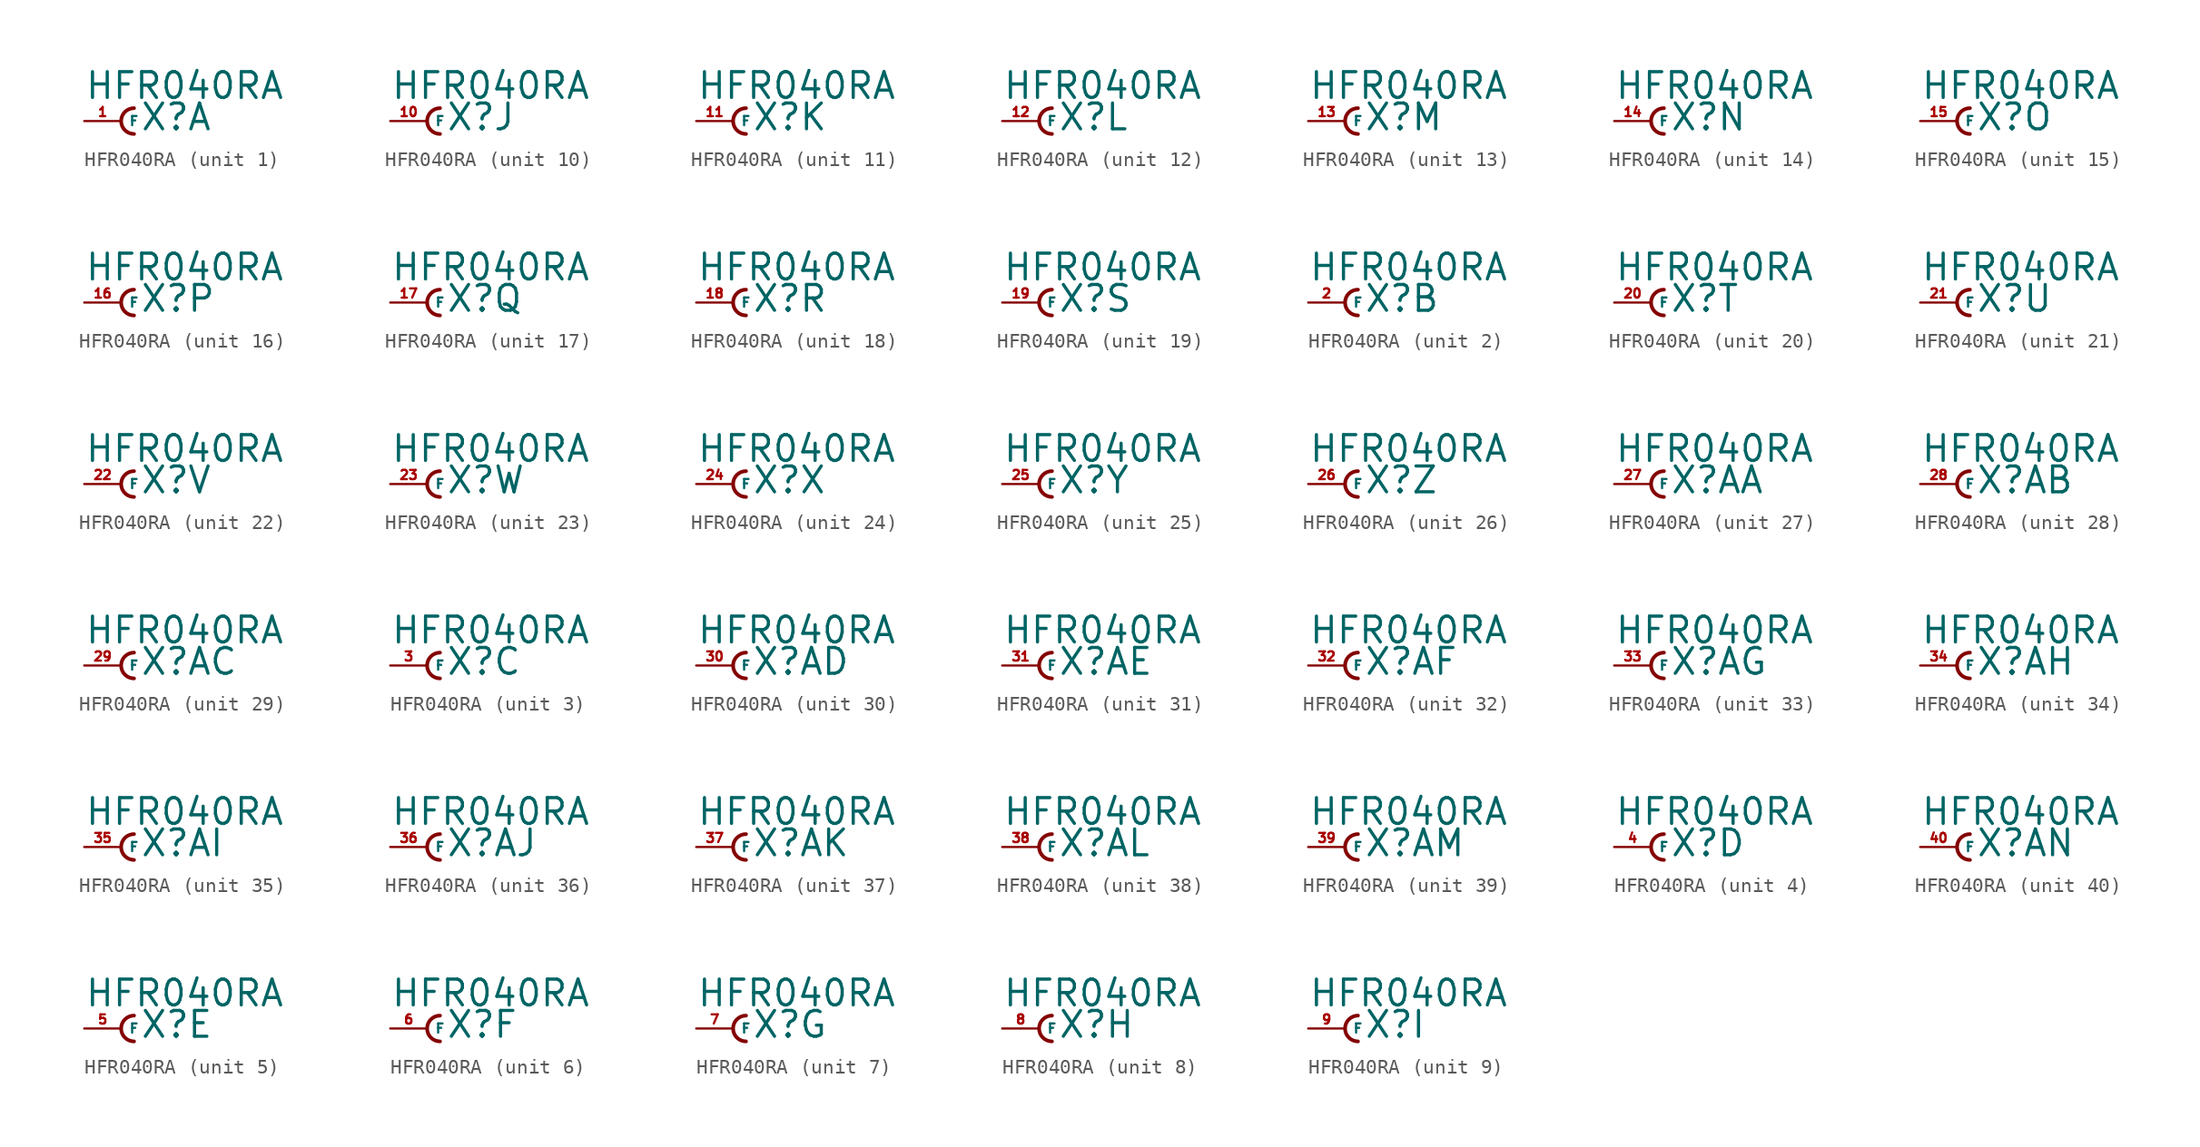
<source format=kicad_sym>
(kicad_symbol_lib
  (version 20220914)
  (generator Eagle2Kicad)
  (symbol "HFR040RA"
    (property "Reference" "X"
      (at 1.27 -0.762 0)
      (effects (font (size 1.778 1.778) (thickness 0.22)) (justify left bottom)))
    (property "Value" "HFR040RA"
      (at -2.54 1.397 0)
      (effects (font (size 1.778 1.778) (thickness 0.22)) (justify left bottom)))
    (symbol "HFR040RA_1_0"
      (arc (start 0.889 0.889) (mid 0.000 0.000) (end 0.889 -0.889) (stroke (width 0.254) (type default)) (fill (type none)))
      (pin passive line (at -2.54 0 0) (length 2.54) (name "F" (effects (font (size 0.635 0.635) (thickness 0.08)) (justify left bottom))) (number "1" (effects (font (size 0.635 0.635) (thickness 0.08)) (justify left bottom)))))
    (symbol "HFR040RA_2_0"
      (arc (start 0.889 0.889) (mid 0.000 0.000) (end 0.889 -0.889) (stroke (width 0.254) (type default)) (fill (type none)))
      (pin passive line (at -2.54 0 0) (length 2.54) (name "F" (effects (font (size 0.635 0.635) (thickness 0.08)) (justify left bottom))) (number "2" (effects (font (size 0.635 0.635) (thickness 0.08)) (justify left bottom)))))
    (symbol "HFR040RA_3_0"
      (arc (start 0.889 0.889) (mid 0.000 0.000) (end 0.889 -0.889) (stroke (width 0.254) (type default)) (fill (type none)))
      (pin passive line (at -2.54 0 0) (length 2.54) (name "F" (effects (font (size 0.635 0.635) (thickness 0.08)) (justify left bottom))) (number "3" (effects (font (size 0.635 0.635) (thickness 0.08)) (justify left bottom)))))
    (symbol "HFR040RA_4_0"
      (arc (start 0.889 0.889) (mid 0.000 0.000) (end 0.889 -0.889) (stroke (width 0.254) (type default)) (fill (type none)))
      (pin passive line (at -2.54 0 0) (length 2.54) (name "F" (effects (font (size 0.635 0.635) (thickness 0.08)) (justify left bottom))) (number "4" (effects (font (size 0.635 0.635) (thickness 0.08)) (justify left bottom)))))
    (symbol "HFR040RA_5_0"
      (arc (start 0.889 0.889) (mid 0.000 0.000) (end 0.889 -0.889) (stroke (width 0.254) (type default)) (fill (type none)))
      (pin passive line (at -2.54 0 0) (length 2.54) (name "F" (effects (font (size 0.635 0.635) (thickness 0.08)) (justify left bottom))) (number "5" (effects (font (size 0.635 0.635) (thickness 0.08)) (justify left bottom)))))
    (symbol "HFR040RA_6_0"
      (arc (start 0.889 0.889) (mid 0.000 0.000) (end 0.889 -0.889) (stroke (width 0.254) (type default)) (fill (type none)))
      (pin passive line (at -2.54 0 0) (length 2.54) (name "F" (effects (font (size 0.635 0.635) (thickness 0.08)) (justify left bottom))) (number "6" (effects (font (size 0.635 0.635) (thickness 0.08)) (justify left bottom)))))
    (symbol "HFR040RA_7_0"
      (arc (start 0.889 0.889) (mid 0.000 0.000) (end 0.889 -0.889) (stroke (width 0.254) (type default)) (fill (type none)))
      (pin passive line (at -2.54 0 0) (length 2.54) (name "F" (effects (font (size 0.635 0.635) (thickness 0.08)) (justify left bottom))) (number "7" (effects (font (size 0.635 0.635) (thickness 0.08)) (justify left bottom)))))
    (symbol "HFR040RA_8_0"
      (arc (start 0.889 0.889) (mid 0.000 0.000) (end 0.889 -0.889) (stroke (width 0.254) (type default)) (fill (type none)))
      (pin passive line (at -2.54 0 0) (length 2.54) (name "F" (effects (font (size 0.635 0.635) (thickness 0.08)) (justify left bottom))) (number "8" (effects (font (size 0.635 0.635) (thickness 0.08)) (justify left bottom)))))
    (symbol "HFR040RA_9_0"
      (arc (start 0.889 0.889) (mid 0.000 0.000) (end 0.889 -0.889) (stroke (width 0.254) (type default)) (fill (type none)))
      (pin passive line (at -2.54 0 0) (length 2.54) (name "F" (effects (font (size 0.635 0.635) (thickness 0.08)) (justify left bottom))) (number "9" (effects (font (size 0.635 0.635) (thickness 0.08)) (justify left bottom)))))
    (symbol "HFR040RA_10_0"
      (arc (start 0.889 0.889) (mid 0.000 0.000) (end 0.889 -0.889) (stroke (width 0.254) (type default)) (fill (type none)))
      (pin passive line (at -2.54 0 0) (length 2.54) (name "F" (effects (font (size 0.635 0.635) (thickness 0.08)) (justify left bottom))) (number "10" (effects (font (size 0.635 0.635) (thickness 0.08)) (justify left bottom)))))
    (symbol "HFR040RA_11_0"
      (arc (start 0.889 0.889) (mid 0.000 0.000) (end 0.889 -0.889) (stroke (width 0.254) (type default)) (fill (type none)))
      (pin passive line (at -2.54 0 0) (length 2.54) (name "F" (effects (font (size 0.635 0.635) (thickness 0.08)) (justify left bottom))) (number "11" (effects (font (size 0.635 0.635) (thickness 0.08)) (justify left bottom)))))
    (symbol "HFR040RA_12_0"
      (arc (start 0.889 0.889) (mid 0.000 0.000) (end 0.889 -0.889) (stroke (width 0.254) (type default)) (fill (type none)))
      (pin passive line (at -2.54 0 0) (length 2.54) (name "F" (effects (font (size 0.635 0.635) (thickness 0.08)) (justify left bottom))) (number "12" (effects (font (size 0.635 0.635) (thickness 0.08)) (justify left bottom)))))
    (symbol "HFR040RA_13_0"
      (arc (start 0.889 0.889) (mid 0.000 0.000) (end 0.889 -0.889) (stroke (width 0.254) (type default)) (fill (type none)))
      (pin passive line (at -2.54 0 0) (length 2.54) (name "F" (effects (font (size 0.635 0.635) (thickness 0.08)) (justify left bottom))) (number "13" (effects (font (size 0.635 0.635) (thickness 0.08)) (justify left bottom)))))
    (symbol "HFR040RA_14_0"
      (arc (start 0.889 0.889) (mid 0.000 0.000) (end 0.889 -0.889) (stroke (width 0.254) (type default)) (fill (type none)))
      (pin passive line (at -2.54 0 0) (length 2.54) (name "F" (effects (font (size 0.635 0.635) (thickness 0.08)) (justify left bottom))) (number "14" (effects (font (size 0.635 0.635) (thickness 0.08)) (justify left bottom)))))
    (symbol "HFR040RA_15_0"
      (arc (start 0.889 0.889) (mid 0.000 0.000) (end 0.889 -0.889) (stroke (width 0.254) (type default)) (fill (type none)))
      (pin passive line (at -2.54 0 0) (length 2.54) (name "F" (effects (font (size 0.635 0.635) (thickness 0.08)) (justify left bottom))) (number "15" (effects (font (size 0.635 0.635) (thickness 0.08)) (justify left bottom)))))
    (symbol "HFR040RA_16_0"
      (arc (start 0.889 0.889) (mid 0.000 0.000) (end 0.889 -0.889) (stroke (width 0.254) (type default)) (fill (type none)))
      (pin passive line (at -2.54 0 0) (length 2.54) (name "F" (effects (font (size 0.635 0.635) (thickness 0.08)) (justify left bottom))) (number "16" (effects (font (size 0.635 0.635) (thickness 0.08)) (justify left bottom)))))
    (symbol "HFR040RA_17_0"
      (arc (start 0.889 0.889) (mid 0.000 0.000) (end 0.889 -0.889) (stroke (width 0.254) (type default)) (fill (type none)))
      (pin passive line (at -2.54 0 0) (length 2.54) (name "F" (effects (font (size 0.635 0.635) (thickness 0.08)) (justify left bottom))) (number "17" (effects (font (size 0.635 0.635) (thickness 0.08)) (justify left bottom)))))
    (symbol "HFR040RA_18_0"
      (arc (start 0.889 0.889) (mid 0.000 0.000) (end 0.889 -0.889) (stroke (width 0.254) (type default)) (fill (type none)))
      (pin passive line (at -2.54 0 0) (length 2.54) (name "F" (effects (font (size 0.635 0.635) (thickness 0.08)) (justify left bottom))) (number "18" (effects (font (size 0.635 0.635) (thickness 0.08)) (justify left bottom)))))
    (symbol "HFR040RA_19_0"
      (arc (start 0.889 0.889) (mid 0.000 0.000) (end 0.889 -0.889) (stroke (width 0.254) (type default)) (fill (type none)))
      (pin passive line (at -2.54 0 0) (length 2.54) (name "F" (effects (font (size 0.635 0.635) (thickness 0.08)) (justify left bottom))) (number "19" (effects (font (size 0.635 0.635) (thickness 0.08)) (justify left bottom)))))
    (symbol "HFR040RA_20_0"
      (arc (start 0.889 0.889) (mid 0.000 0.000) (end 0.889 -0.889) (stroke (width 0.254) (type default)) (fill (type none)))
      (pin passive line (at -2.54 0 0) (length 2.54) (name "F" (effects (font (size 0.635 0.635) (thickness 0.08)) (justify left bottom))) (number "20" (effects (font (size 0.635 0.635) (thickness 0.08)) (justify left bottom)))))
    (symbol "HFR040RA_21_0"
      (arc (start 0.889 0.889) (mid 0.000 0.000) (end 0.889 -0.889) (stroke (width 0.254) (type default)) (fill (type none)))
      (pin passive line (at -2.54 0 0) (length 2.54) (name "F" (effects (font (size 0.635 0.635) (thickness 0.08)) (justify left bottom))) (number "21" (effects (font (size 0.635 0.635) (thickness 0.08)) (justify left bottom)))))
    (symbol "HFR040RA_22_0"
      (arc (start 0.889 0.889) (mid 0.000 0.000) (end 0.889 -0.889) (stroke (width 0.254) (type default)) (fill (type none)))
      (pin passive line (at -2.54 0 0) (length 2.54) (name "F" (effects (font (size 0.635 0.635) (thickness 0.08)) (justify left bottom))) (number "22" (effects (font (size 0.635 0.635) (thickness 0.08)) (justify left bottom)))))
    (symbol "HFR040RA_23_0"
      (arc (start 0.889 0.889) (mid 0.000 0.000) (end 0.889 -0.889) (stroke (width 0.254) (type default)) (fill (type none)))
      (pin passive line (at -2.54 0 0) (length 2.54) (name "F" (effects (font (size 0.635 0.635) (thickness 0.08)) (justify left bottom))) (number "23" (effects (font (size 0.635 0.635) (thickness 0.08)) (justify left bottom)))))
    (symbol "HFR040RA_24_0"
      (arc (start 0.889 0.889) (mid 0.000 0.000) (end 0.889 -0.889) (stroke (width 0.254) (type default)) (fill (type none)))
      (pin passive line (at -2.54 0 0) (length 2.54) (name "F" (effects (font (size 0.635 0.635) (thickness 0.08)) (justify left bottom))) (number "24" (effects (font (size 0.635 0.635) (thickness 0.08)) (justify left bottom)))))
    (symbol "HFR040RA_25_0"
      (arc (start 0.889 0.889) (mid 0.000 0.000) (end 0.889 -0.889) (stroke (width 0.254) (type default)) (fill (type none)))
      (pin passive line (at -2.54 0 0) (length 2.54) (name "F" (effects (font (size 0.635 0.635) (thickness 0.08)) (justify left bottom))) (number "25" (effects (font (size 0.635 0.635) (thickness 0.08)) (justify left bottom)))))
    (symbol "HFR040RA_26_0"
      (arc (start 0.889 0.889) (mid 0.000 0.000) (end 0.889 -0.889) (stroke (width 0.254) (type default)) (fill (type none)))
      (pin passive line (at -2.54 0 0) (length 2.54) (name "F" (effects (font (size 0.635 0.635) (thickness 0.08)) (justify left bottom))) (number "26" (effects (font (size 0.635 0.635) (thickness 0.08)) (justify left bottom)))))
    (symbol "HFR040RA_27_0"
      (arc (start 0.889 0.889) (mid 0.000 0.000) (end 0.889 -0.889) (stroke (width 0.254) (type default)) (fill (type none)))
      (pin passive line (at -2.54 0 0) (length 2.54) (name "F" (effects (font (size 0.635 0.635) (thickness 0.08)) (justify left bottom))) (number "27" (effects (font (size 0.635 0.635) (thickness 0.08)) (justify left bottom)))))
    (symbol "HFR040RA_28_0"
      (arc (start 0.889 0.889) (mid 0.000 0.000) (end 0.889 -0.889) (stroke (width 0.254) (type default)) (fill (type none)))
      (pin passive line (at -2.54 0 0) (length 2.54) (name "F" (effects (font (size 0.635 0.635) (thickness 0.08)) (justify left bottom))) (number "28" (effects (font (size 0.635 0.635) (thickness 0.08)) (justify left bottom)))))
    (symbol "HFR040RA_29_0"
      (arc (start 0.889 0.889) (mid 0.000 0.000) (end 0.889 -0.889) (stroke (width 0.254) (type default)) (fill (type none)))
      (pin passive line (at -2.54 0 0) (length 2.54) (name "F" (effects (font (size 0.635 0.635) (thickness 0.08)) (justify left bottom))) (number "29" (effects (font (size 0.635 0.635) (thickness 0.08)) (justify left bottom)))))
    (symbol "HFR040RA_30_0"
      (arc (start 0.889 0.889) (mid 0.000 0.000) (end 0.889 -0.889) (stroke (width 0.254) (type default)) (fill (type none)))
      (pin passive line (at -2.54 0 0) (length 2.54) (name "F" (effects (font (size 0.635 0.635) (thickness 0.08)) (justify left bottom))) (number "30" (effects (font (size 0.635 0.635) (thickness 0.08)) (justify left bottom)))))
    (symbol "HFR040RA_31_0"
      (arc (start 0.889 0.889) (mid 0.000 0.000) (end 0.889 -0.889) (stroke (width 0.254) (type default)) (fill (type none)))
      (pin passive line (at -2.54 0 0) (length 2.54) (name "F" (effects (font (size 0.635 0.635) (thickness 0.08)) (justify left bottom))) (number "31" (effects (font (size 0.635 0.635) (thickness 0.08)) (justify left bottom)))))
    (symbol "HFR040RA_32_0"
      (arc (start 0.889 0.889) (mid 0.000 0.000) (end 0.889 -0.889) (stroke (width 0.254) (type default)) (fill (type none)))
      (pin passive line (at -2.54 0 0) (length 2.54) (name "F" (effects (font (size 0.635 0.635) (thickness 0.08)) (justify left bottom))) (number "32" (effects (font (size 0.635 0.635) (thickness 0.08)) (justify left bottom)))))
    (symbol "HFR040RA_33_0"
      (arc (start 0.889 0.889) (mid 0.000 0.000) (end 0.889 -0.889) (stroke (width 0.254) (type default)) (fill (type none)))
      (pin passive line (at -2.54 0 0) (length 2.54) (name "F" (effects (font (size 0.635 0.635) (thickness 0.08)) (justify left bottom))) (number "33" (effects (font (size 0.635 0.635) (thickness 0.08)) (justify left bottom)))))
    (symbol "HFR040RA_34_0"
      (arc (start 0.889 0.889) (mid 0.000 0.000) (end 0.889 -0.889) (stroke (width 0.254) (type default)) (fill (type none)))
      (pin passive line (at -2.54 0 0) (length 2.54) (name "F" (effects (font (size 0.635 0.635) (thickness 0.08)) (justify left bottom))) (number "34" (effects (font (size 0.635 0.635) (thickness 0.08)) (justify left bottom)))))
    (symbol "HFR040RA_35_0"
      (arc (start 0.889 0.889) (mid 0.000 0.000) (end 0.889 -0.889) (stroke (width 0.254) (type default)) (fill (type none)))
      (pin passive line (at -2.54 0 0) (length 2.54) (name "F" (effects (font (size 0.635 0.635) (thickness 0.08)) (justify left bottom))) (number "35" (effects (font (size 0.635 0.635) (thickness 0.08)) (justify left bottom)))))
    (symbol "HFR040RA_36_0"
      (arc (start 0.889 0.889) (mid 0.000 0.000) (end 0.889 -0.889) (stroke (width 0.254) (type default)) (fill (type none)))
      (pin passive line (at -2.54 0 0) (length 2.54) (name "F" (effects (font (size 0.635 0.635) (thickness 0.08)) (justify left bottom))) (number "36" (effects (font (size 0.635 0.635) (thickness 0.08)) (justify left bottom)))))
    (symbol "HFR040RA_37_0"
      (arc (start 0.889 0.889) (mid 0.000 0.000) (end 0.889 -0.889) (stroke (width 0.254) (type default)) (fill (type none)))
      (pin passive line (at -2.54 0 0) (length 2.54) (name "F" (effects (font (size 0.635 0.635) (thickness 0.08)) (justify left bottom))) (number "37" (effects (font (size 0.635 0.635) (thickness 0.08)) (justify left bottom)))))
    (symbol "HFR040RA_38_0"
      (arc (start 0.889 0.889) (mid 0.000 0.000) (end 0.889 -0.889) (stroke (width 0.254) (type default)) (fill (type none)))
      (pin passive line (at -2.54 0 0) (length 2.54) (name "F" (effects (font (size 0.635 0.635) (thickness 0.08)) (justify left bottom))) (number "38" (effects (font (size 0.635 0.635) (thickness 0.08)) (justify left bottom)))))
    (symbol "HFR040RA_39_0"
      (arc (start 0.889 0.889) (mid 0.000 0.000) (end 0.889 -0.889) (stroke (width 0.254) (type default)) (fill (type none)))
      (pin passive line (at -2.54 0 0) (length 2.54) (name "F" (effects (font (size 0.635 0.635) (thickness 0.08)) (justify left bottom))) (number "39" (effects (font (size 0.635 0.635) (thickness 0.08)) (justify left bottom)))))
    (symbol "HFR040RA_40_0"
      (arc (start 0.889 0.889) (mid 0.000 0.000) (end 0.889 -0.889) (stroke (width 0.254) (type default)) (fill (type none)))
      (pin passive line (at -2.54 0 0) (length 2.54) (name "F" (effects (font (size 0.635 0.635) (thickness 0.08)) (justify left bottom))) (number "40" (effects (font (size 0.635 0.635) (thickness 0.08)) (justify left bottom)))))))
</source>
